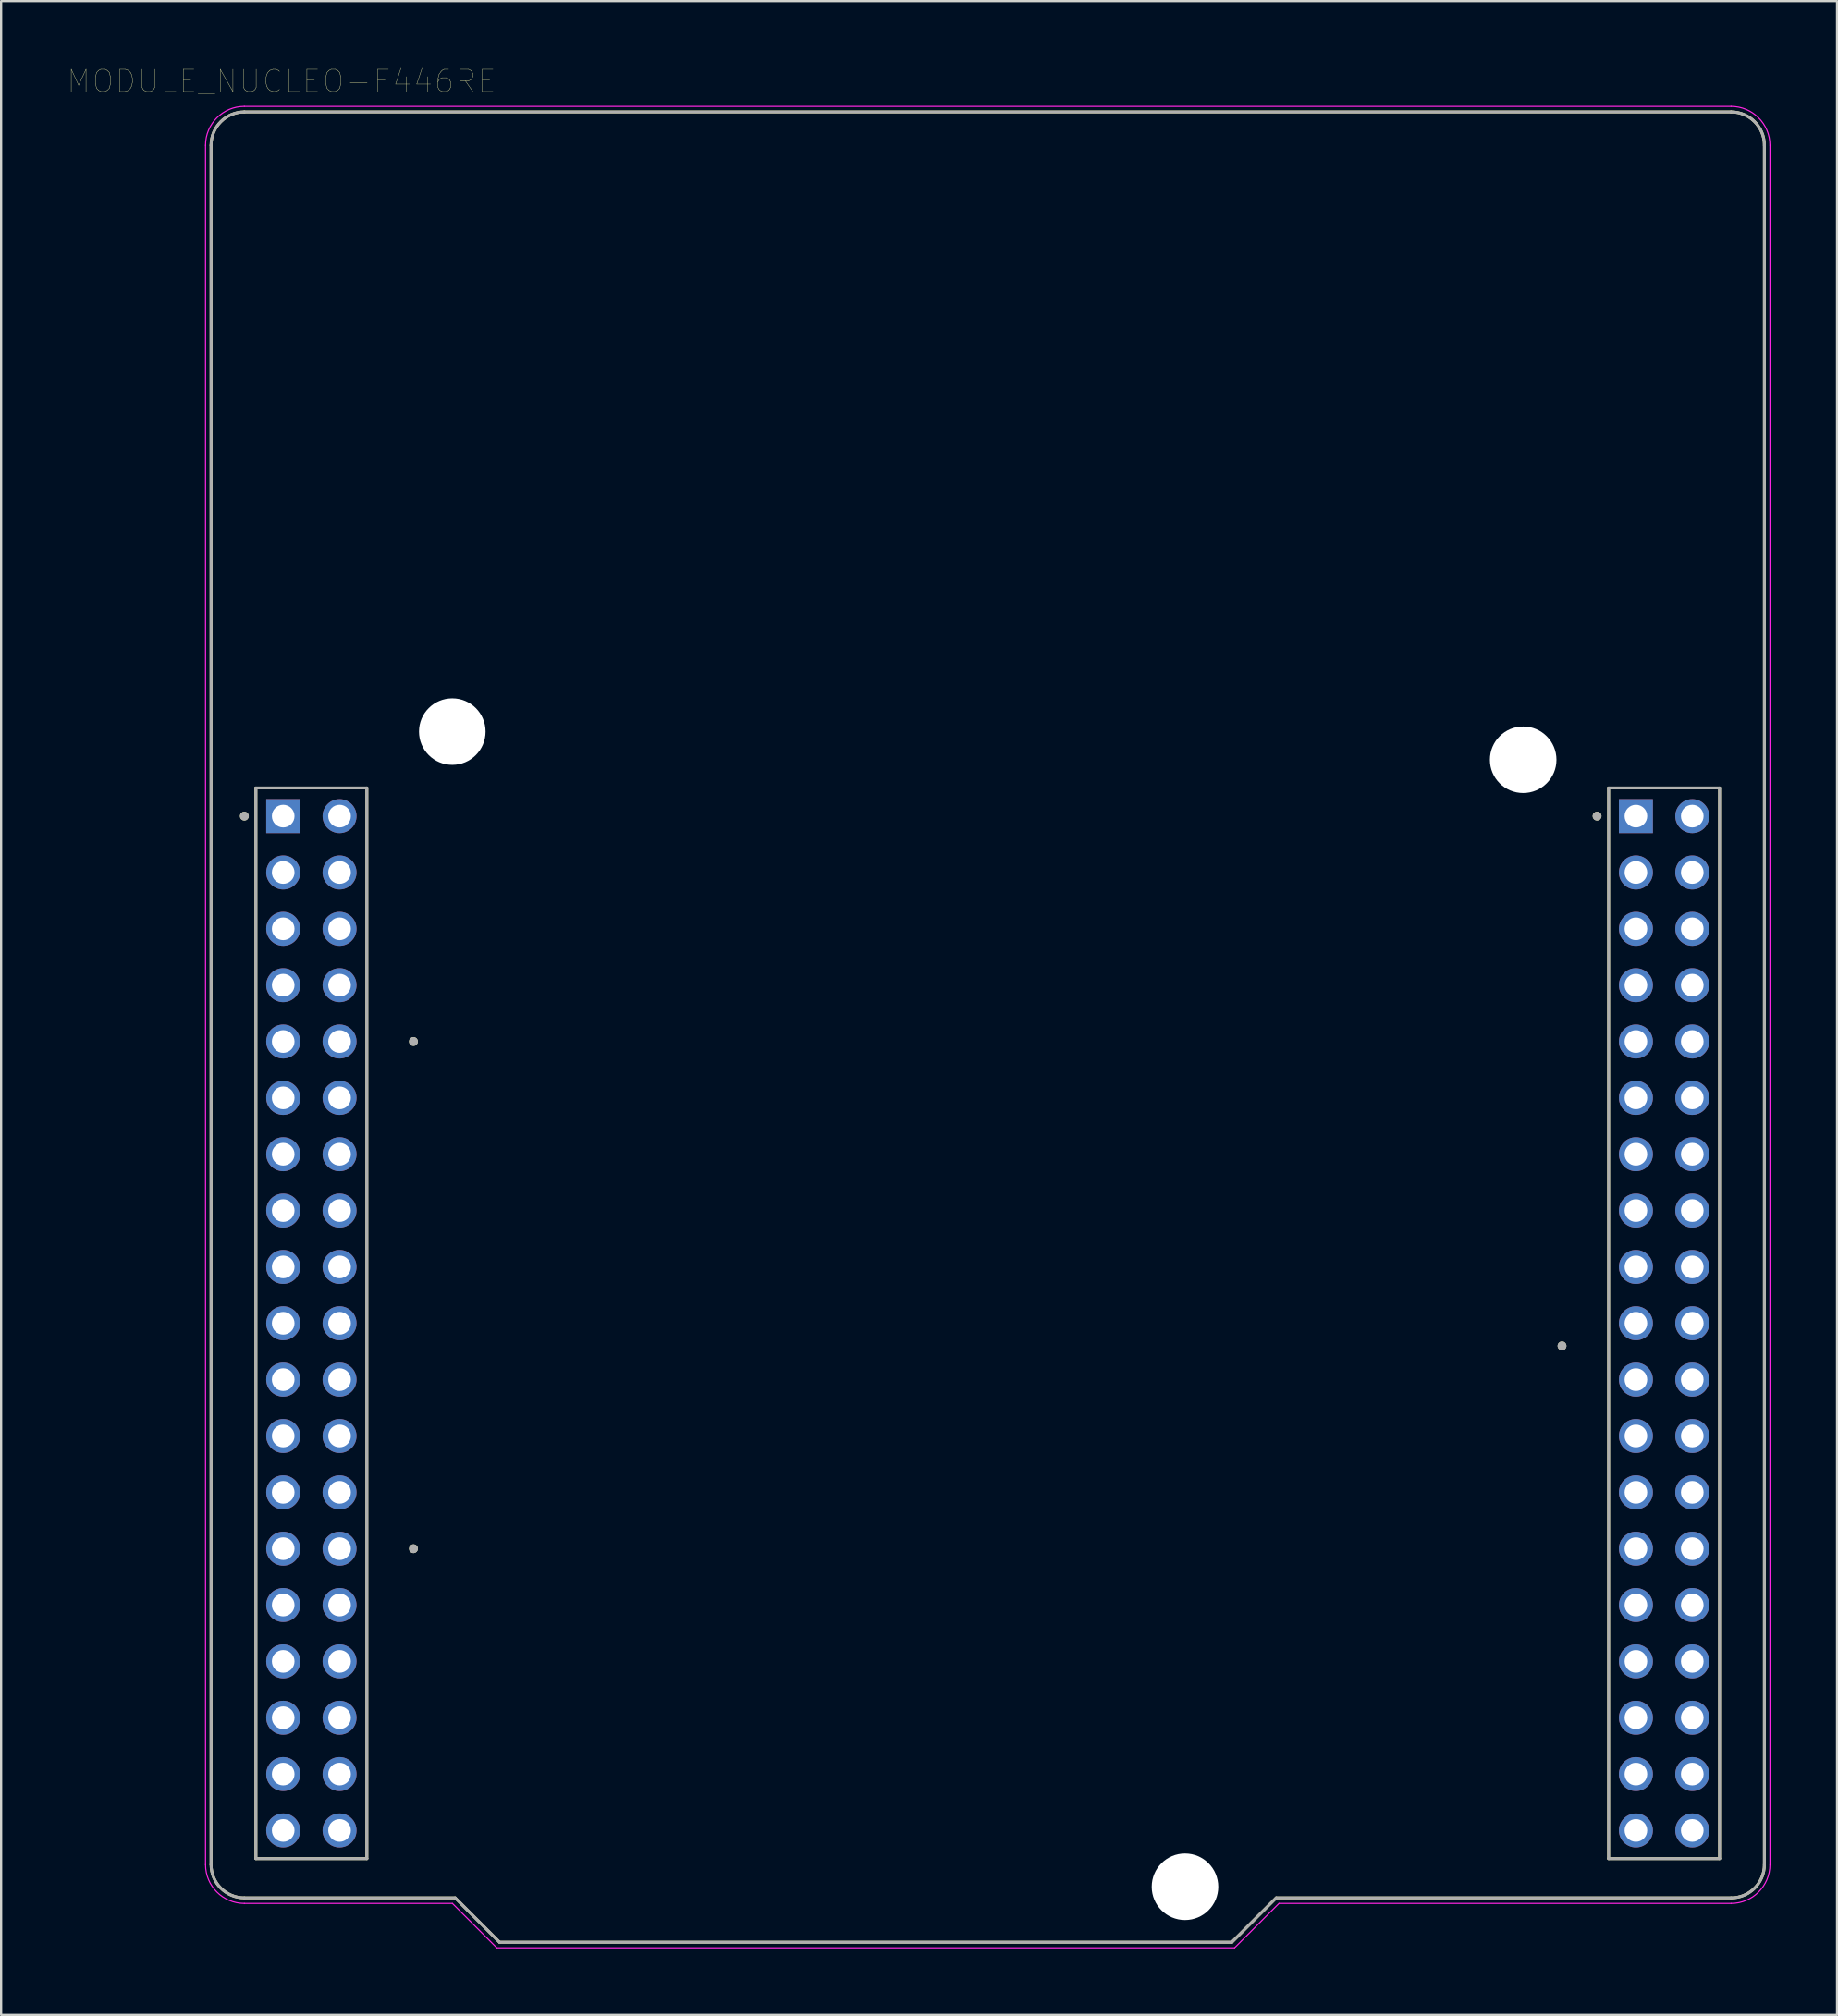
<source format=kicad_pcb>
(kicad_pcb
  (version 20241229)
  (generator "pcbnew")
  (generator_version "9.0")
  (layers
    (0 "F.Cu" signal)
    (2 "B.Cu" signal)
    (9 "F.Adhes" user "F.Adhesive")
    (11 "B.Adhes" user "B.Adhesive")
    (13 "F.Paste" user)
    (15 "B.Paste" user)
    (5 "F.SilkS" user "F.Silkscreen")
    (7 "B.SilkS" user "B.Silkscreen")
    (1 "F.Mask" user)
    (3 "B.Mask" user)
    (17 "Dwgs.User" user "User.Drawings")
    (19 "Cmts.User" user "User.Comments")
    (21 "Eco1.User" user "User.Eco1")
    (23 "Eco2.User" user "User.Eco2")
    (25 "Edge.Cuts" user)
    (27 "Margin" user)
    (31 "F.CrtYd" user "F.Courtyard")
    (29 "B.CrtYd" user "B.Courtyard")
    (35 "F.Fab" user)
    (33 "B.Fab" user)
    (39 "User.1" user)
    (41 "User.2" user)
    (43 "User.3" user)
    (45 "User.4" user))
  (footprint "MODULE_NUCLEO-F446RE"
    (layer "F.Cu")
    (at 41.462 43.246)
    (property "Reference" "MODULE_NUCLEO-F446RE" (at -31.825 -42.635 0) (layer "F.SilkS") (effects (font (size 1 1) (thickness 0.015))))
    (attr through_hole)
    (fp_line (start -35 37.75) (end -35 -39.75) (stroke (width 0.127) (type solid)) (layer "F.SilkS"))
    (fp_line (start -33.5 -41.25) (end 33.5 -41.25) (stroke (width 0.127) (type solid)) (layer "F.SilkS"))
    (fp_line (start -32.98 -10.78) (end -32.98 37.48) (stroke (width 0.127) (type solid)) (layer "F.SilkS"))
    (fp_line (start -32.98 37.48) (end -27.98 37.48) (stroke (width 0.127) (type solid)) (layer "F.SilkS"))
    (fp_line (start -27.98 -10.78) (end -32.98 -10.78) (stroke (width 0.127) (type solid)) (layer "F.SilkS"))
    (fp_line (start -27.98 37.48) (end -27.98 -10.78) (stroke (width 0.127) (type solid)) (layer "F.SilkS"))
    (fp_line (start -24 39.25) (end -33.5 39.25) (stroke (width 0.127) (type solid)) (layer "F.SilkS"))
    (fp_line (start -22 41.25) (end -24 39.25) (stroke (width 0.127) (type solid)) (layer "F.SilkS"))
    (fp_line (start 11 41.25) (end -22 41.25) (stroke (width 0.127) (type solid)) (layer "F.SilkS"))
    (fp_line (start 13 39.25) (end 11 41.25) (stroke (width 0.127) (type solid)) (layer "F.SilkS"))
    (fp_line (start 27.98 -10.78) (end 27.98 37.48) (stroke (width 0.127) (type solid)) (layer "F.SilkS"))
    (fp_line (start 27.98 37.48) (end 32.98 37.48) (stroke (width 0.127) (type solid)) (layer "F.SilkS"))
    (fp_line (start 32.98 -10.78) (end 27.98 -10.78) (stroke (width 0.127) (type solid)) (layer "F.SilkS"))
    (fp_line (start 32.98 37.48) (end 32.98 -10.78) (stroke (width 0.127) (type solid)) (layer "F.SilkS"))
    (fp_line (start 33.5 39.25) (end 13 39.25) (stroke (width 0.127) (type solid)) (layer "F.SilkS"))
    (fp_line (start 35 -39.75) (end 35 37.75) (stroke (width 0.127) (type solid)) (layer "F.SilkS"))
    (fp_arc (start -35 -39.75) (mid -34.56066 -40.81066) (end -33.5 -41.25) (stroke (width 0.127) (type solid)) (layer "F.SilkS"))
    (fp_arc (start -33.5 39.25) (mid -34.56066 38.81066) (end -35 37.75) (stroke (width 0.127) (type solid)) (layer "F.SilkS"))
    (fp_arc (start 33.5 -41.25) (mid 34.56066 -40.81066) (end 35 -39.75) (stroke (width 0.127) (type solid)) (layer "F.SilkS"))
    (fp_arc (start 35 37.75) (mid 34.56066 38.81066) (end 33.5 39.25) (stroke (width 0.127) (type solid)) (layer "F.SilkS"))
    (fp_circle (center -33.5 -9.51) (end -33.4 -9.51) (stroke (width 0.2) (type solid)) (fill no) (layer "F.SilkS"))
    (fp_circle (center -25.88 0.65) (end -25.78 0.65) (stroke (width 0.2) (type solid)) (fill no) (layer "F.SilkS"))
    (fp_circle (center -25.88 23.51) (end -25.78 23.51) (stroke (width 0.2) (type solid)) (fill no) (layer "F.SilkS"))
    (fp_circle (center 25.88 14.37) (end 25.98 14.37) (stroke (width 0.2) (type solid)) (fill no) (layer "F.SilkS"))
    (fp_circle (center 27.46 -9.51) (end 27.56 -9.51) (stroke (width 0.2) (type solid)) (fill no) (layer "F.SilkS"))
    (fp_line (start -35.25 37.75) (end -35.25 -39.75) (stroke (width 0.05) (type solid)) (layer "F.CrtYd"))
    (fp_line (start -33.5 -41.5) (end 33.5 -41.5) (stroke (width 0.05) (type solid)) (layer "F.CrtYd"))
    (fp_line (start -24.125 39.5) (end -33.5 39.5) (stroke (width 0.05) (type solid)) (layer "F.CrtYd"))
    (fp_line (start -22.125 41.5) (end -24.125 39.5) (stroke (width 0.05) (type solid)) (layer "F.CrtYd"))
    (fp_line (start 11.125 41.5) (end -22.125 41.5) (stroke (width 0.05) (type solid)) (layer "F.CrtYd"))
    (fp_line (start 13.125 39.5) (end 11.125 41.5) (stroke (width 0.05) (type solid)) (layer "F.CrtYd"))
    (fp_line (start 33.5 39.5) (end 13.125 39.5) (stroke (width 0.05) (type solid)) (layer "F.CrtYd"))
    (fp_line (start 35.25 -39.75) (end 35.25 37.75) (stroke (width 0.05) (type solid)) (layer "F.CrtYd"))
    (fp_arc (start -35.25 -39.75) (mid -34.737437 -40.987437) (end -33.5 -41.5) (stroke (width 0.05) (type solid)) (layer "F.CrtYd"))
    (fp_arc (start -33.5 39.5) (mid -34.737437 38.987437) (end -35.25 37.75) (stroke (width 0.05) (type solid)) (layer "F.CrtYd"))
    (fp_arc (start 33.5 -41.5) (mid 34.737437 -40.987437) (end 35.25 -39.75) (stroke (width 0.05) (type solid)) (layer "F.CrtYd"))
    (fp_arc (start 35.25 37.75) (mid 34.737437 38.987437) (end 33.5 39.5) (stroke (width 0.05) (type solid)) (layer "F.CrtYd"))
    (fp_line (start -35 37.75) (end -35 -39.75) (stroke (width 0.127) (type solid)) (layer "F.Fab"))
    (fp_line (start -33.5 -41.25) (end 33.5 -41.25) (stroke (width 0.127) (type solid)) (layer "F.Fab"))
    (fp_line (start -32.98 -10.78) (end -32.98 37.48) (stroke (width 0.127) (type solid)) (layer "F.Fab"))
    (fp_line (start -32.98 37.48) (end -27.98 37.48) (stroke (width 0.127) (type solid)) (layer "F.Fab"))
    (fp_line (start -27.98 -10.78) (end -32.98 -10.78) (stroke (width 0.127) (type solid)) (layer "F.Fab"))
    (fp_line (start -27.98 37.48) (end -27.98 -10.78) (stroke (width 0.127) (type solid)) (layer "F.Fab"))
    (fp_line (start -24 39.25) (end -33.5 39.25) (stroke (width 0.127) (type solid)) (layer "F.Fab"))
    (fp_line (start -22 41.25) (end -24 39.25) (stroke (width 0.127) (type solid)) (layer "F.Fab"))
    (fp_line (start 11 41.25) (end -22 41.25) (stroke (width 0.127) (type solid)) (layer "F.Fab"))
    (fp_line (start 13 39.25) (end 11 41.25) (stroke (width 0.127) (type solid)) (layer "F.Fab"))
    (fp_line (start 27.98 -10.78) (end 27.98 37.48) (stroke (width 0.127) (type solid)) (layer "F.Fab"))
    (fp_line (start 27.98 37.48) (end 32.98 37.48) (stroke (width 0.127) (type solid)) (layer "F.Fab"))
    (fp_line (start 32.98 -10.78) (end 27.98 -10.78) (stroke (width 0.127) (type solid)) (layer "F.Fab"))
    (fp_line (start 32.98 37.48) (end 32.98 -10.78) (stroke (width 0.127) (type solid)) (layer "F.Fab"))
    (fp_line (start 33.5 39.25) (end 13 39.25) (stroke (width 0.127) (type solid)) (layer "F.Fab"))
    (fp_line (start 35 -39.75) (end 35 37.75) (stroke (width 0.127) (type solid)) (layer "F.Fab"))
    (fp_arc (start -35 -39.75) (mid -34.56066 -40.81066) (end -33.5 -41.25) (stroke (width 0.127) (type solid)) (layer "F.Fab"))
    (fp_arc (start -33.5 39.25) (mid -34.56066 38.81066) (end -35 37.75) (stroke (width 0.127) (type solid)) (layer "F.Fab"))
    (fp_arc (start 33.5 -41.25) (mid 34.56066 -40.81066) (end 35 -39.75) (stroke (width 0.127) (type solid)) (layer "F.Fab"))
    (fp_arc (start 35 37.75) (mid 34.56066 38.81066) (end 33.5 39.25) (stroke (width 0.127) (type solid)) (layer "F.Fab"))
    (fp_circle (center -33.5 -9.51) (end -33.4 -9.51) (stroke (width 0.2) (type solid)) (fill no) (layer "F.Fab"))
    (fp_circle (center -25.88 0.65) (end -25.78 0.65) (stroke (width 0.2) (type solid)) (fill no) (layer "F.Fab"))
    (fp_circle (center -25.88 23.51) (end -25.78 23.51) (stroke (width 0.2) (type solid)) (fill no) (layer "F.Fab"))
    (fp_circle (center 25.88 14.37) (end 25.98 14.37) (stroke (width 0.2) (type solid)) (fill no) (layer "F.Fab"))
    (fp_circle (center 27.46 -9.51) (end 27.56 -9.51) (stroke (width 0.2) (type solid)) (fill no) (layer "F.Fab"))
    (pad "" np_thru_hole circle (at -24.13 -13.32) (size 3 3) (drill 3) (layers "*.Cu" "*.Mask"))
    (pad "" np_thru_hole circle (at 8.89 38.75) (size 3 3) (drill 3) (layers "*.Cu" "*.Mask"))
    (pad "" np_thru_hole circle (at 24.13 -12.05) (size 3 3) (drill 3) (layers "*.Cu" "*.Mask"))
    (pad "CN7_1" thru_hole rect (at -31.75 -9.51) (size 1.53 1.53) (drill 1.02) (layers "*.Cu" "*.Mask"))
    (pad "CN7_2" thru_hole circle (at -29.21 -9.51) (size 1.53 1.53) (drill 1.02) (layers "*.Cu" "*.Mask"))
    (pad "CN7_3" thru_hole circle (at -31.75 -6.97) (size 1.53 1.53) (drill 1.02) (layers "*.Cu" "*.Mask"))
    (pad "CN7_4" thru_hole circle (at -29.21 -6.97) (size 1.53 1.53) (drill 1.02) (layers "*.Cu" "*.Mask"))
    (pad "CN7_5" thru_hole circle (at -31.75 -4.43) (size 1.53 1.53) (drill 1.02) (layers "*.Cu" "*.Mask"))
    (pad "CN7_6" thru_hole circle (at -29.21 -4.43) (size 1.53 1.53) (drill 1.02) (layers "*.Cu" "*.Mask"))
    (pad "CN7_7" thru_hole circle (at -31.75 -1.89) (size 1.53 1.53) (drill 1.02) (layers "*.Cu" "*.Mask"))
    (pad "CN7_8" thru_hole circle (at -29.21 -1.89) (size 1.53 1.53) (drill 1.02) (layers "*.Cu" "*.Mask"))
    (pad "CN7_9" thru_hole circle (at -31.75 0.65) (size 1.53 1.53) (drill 1.02) (layers "*.Cu" "*.Mask"))
    (pad "CN7_10" thru_hole circle (at -29.21 0.65) (size 1.53 1.53) (drill 1.02) (layers "*.Cu" "*.Mask"))
    (pad "CN7_11" thru_hole circle (at -31.75 3.19) (size 1.53 1.53) (drill 1.02) (layers "*.Cu" "*.Mask"))
    (pad "CN7_12" thru_hole circle (at -29.21 3.19) (size 1.53 1.53) (drill 1.02) (layers "*.Cu" "*.Mask"))
    (pad "CN7_13" thru_hole circle (at -31.75 5.73) (size 1.53 1.53) (drill 1.02) (layers "*.Cu" "*.Mask"))
    (pad "CN7_14" thru_hole circle (at -29.21 5.73) (size 1.53 1.53) (drill 1.02) (layers "*.Cu" "*.Mask"))
    (pad "CN7_15" thru_hole circle (at -31.75 8.27) (size 1.53 1.53) (drill 1.02) (layers "*.Cu" "*.Mask"))
    (pad "CN7_16" thru_hole circle (at -29.21 8.27) (size 1.53 1.53) (drill 1.02) (layers "*.Cu" "*.Mask"))
    (pad "CN7_17" thru_hole circle (at -31.75 10.81) (size 1.53 1.53) (drill 1.02) (layers "*.Cu" "*.Mask"))
    (pad "CN7_18" thru_hole circle (at -29.21 10.81) (size 1.53 1.53) (drill 1.02) (layers "*.Cu" "*.Mask"))
    (pad "CN7_19" thru_hole circle (at -31.75 13.35) (size 1.53 1.53) (drill 1.02) (layers "*.Cu" "*.Mask"))
    (pad "CN7_20" thru_hole circle (at -29.21 13.35) (size 1.53 1.53) (drill 1.02) (layers "*.Cu" "*.Mask"))
    (pad "CN7_21" thru_hole circle (at -31.75 15.89) (size 1.53 1.53) (drill 1.02) (layers "*.Cu" "*.Mask"))
    (pad "CN7_22" thru_hole circle (at -29.21 15.89) (size 1.53 1.53) (drill 1.02) (layers "*.Cu" "*.Mask"))
    (pad "CN7_23" thru_hole circle (at -31.75 18.43) (size 1.53 1.53) (drill 1.02) (layers "*.Cu" "*.Mask"))
    (pad "CN7_24" thru_hole circle (at -29.21 18.43) (size 1.53 1.53) (drill 1.02) (layers "*.Cu" "*.Mask"))
    (pad "CN7_25" thru_hole circle (at -31.75 20.97) (size 1.53 1.53) (drill 1.02) (layers "*.Cu" "*.Mask"))
    (pad "CN7_26" thru_hole circle (at -29.21 20.97) (size 1.53 1.53) (drill 1.02) (layers "*.Cu" "*.Mask"))
    (pad "CN7_27" thru_hole circle (at -31.75 23.51) (size 1.53 1.53) (drill 1.02) (layers "*.Cu" "*.Mask"))
    (pad "CN7_28" thru_hole circle (at -29.21 23.51) (size 1.53 1.53) (drill 1.02) (layers "*.Cu" "*.Mask"))
    (pad "CN7_29" thru_hole circle (at -31.75 26.05) (size 1.53 1.53) (drill 1.02) (layers "*.Cu" "*.Mask"))
    (pad "CN7_30" thru_hole circle (at -29.21 26.05) (size 1.53 1.53) (drill 1.02) (layers "*.Cu" "*.Mask"))
    (pad "CN7_31" thru_hole circle (at -31.75 28.59) (size 1.53 1.53) (drill 1.02) (layers "*.Cu" "*.Mask"))
    (pad "CN7_32" thru_hole circle (at -29.21 28.59) (size 1.53 1.53) (drill 1.02) (layers "*.Cu" "*.Mask"))
    (pad "CN7_33" thru_hole circle (at -31.75 31.13) (size 1.53 1.53) (drill 1.02) (layers "*.Cu" "*.Mask"))
    (pad "CN7_34" thru_hole circle (at -29.21 31.13) (size 1.53 1.53) (drill 1.02) (layers "*.Cu" "*.Mask"))
    (pad "CN7_35" thru_hole circle (at -31.75 33.67) (size 1.53 1.53) (drill 1.02) (layers "*.Cu" "*.Mask"))
    (pad "CN7_36" thru_hole circle (at -29.21 33.67) (size 1.53 1.53) (drill 1.02) (layers "*.Cu" "*.Mask"))
    (pad "CN7_37" thru_hole circle (at -31.75 36.21) (size 1.53 1.53) (drill 1.02) (layers "*.Cu" "*.Mask"))
    (pad "CN7_38" thru_hole circle (at -29.21 36.21) (size 1.53 1.53) (drill 1.02) (layers "*.Cu" "*.Mask"))
    (pad "CN10_1" thru_hole rect (at 29.21 -9.51) (size 1.53 1.53) (drill 1.02) (layers "*.Cu" "*.Mask"))
    (pad "CN10_2" thru_hole circle (at 31.75 -9.51) (size 1.53 1.53) (drill 1.02) (layers "*.Cu" "*.Mask"))
    (pad "CN10_3" thru_hole circle (at 29.21 -6.97) (size 1.53 1.53) (drill 1.02) (layers "*.Cu" "*.Mask"))
    (pad "CN10_4" thru_hole circle (at 31.75 -6.97) (size 1.53 1.53) (drill 1.02) (layers "*.Cu" "*.Mask"))
    (pad "CN10_5" thru_hole circle (at 29.21 -4.43) (size 1.53 1.53) (drill 1.02) (layers "*.Cu" "*.Mask"))
    (pad "CN10_6" thru_hole circle (at 31.75 -4.43) (size 1.53 1.53) (drill 1.02) (layers "*.Cu" "*.Mask"))
    (pad "CN10_7" thru_hole circle (at 29.21 -1.89) (size 1.53 1.53) (drill 1.02) (layers "*.Cu" "*.Mask"))
    (pad "CN10_8" thru_hole circle (at 31.75 -1.89) (size 1.53 1.53) (drill 1.02) (layers "*.Cu" "*.Mask"))
    (pad "CN10_9" thru_hole circle (at 29.21 0.65) (size 1.53 1.53) (drill 1.02) (layers "*.Cu" "*.Mask"))
    (pad "CN10_10" thru_hole circle (at 31.75 0.65) (size 1.53 1.53) (drill 1.02) (layers "*.Cu" "*.Mask"))
    (pad "CN10_11" thru_hole circle (at 29.21 3.19) (size 1.53 1.53) (drill 1.02) (layers "*.Cu" "*.Mask"))
    (pad "CN10_12" thru_hole circle (at 31.75 3.19) (size 1.53 1.53) (drill 1.02) (layers "*.Cu" "*.Mask"))
    (pad "CN10_13" thru_hole circle (at 29.21 5.73) (size 1.53 1.53) (drill 1.02) (layers "*.Cu" "*.Mask"))
    (pad "CN10_14" thru_hole circle (at 31.75 5.73) (size 1.53 1.53) (drill 1.02) (layers "*.Cu" "*.Mask"))
    (pad "CN10_15" thru_hole circle (at 29.21 8.27) (size 1.53 1.53) (drill 1.02) (layers "*.Cu" "*.Mask"))
    (pad "CN10_16" thru_hole circle (at 31.75 8.27) (size 1.53 1.53) (drill 1.02) (layers "*.Cu" "*.Mask"))
    (pad "CN10_17" thru_hole circle (at 29.21 10.81) (size 1.53 1.53) (drill 1.02) (layers "*.Cu" "*.Mask"))
    (pad "CN10_18" thru_hole circle (at 31.75 10.81) (size 1.53 1.53) (drill 1.02) (layers "*.Cu" "*.Mask"))
    (pad "CN10_19" thru_hole circle (at 29.21 13.35) (size 1.53 1.53) (drill 1.02) (layers "*.Cu" "*.Mask"))
    (pad "CN10_20" thru_hole circle (at 31.75 13.35) (size 1.53 1.53) (drill 1.02) (layers "*.Cu" "*.Mask"))
    (pad "CN10_21" thru_hole circle (at 29.21 15.89) (size 1.53 1.53) (drill 1.02) (layers "*.Cu" "*.Mask"))
    (pad "CN10_22" thru_hole circle (at 31.75 15.89) (size 1.53 1.53) (drill 1.02) (layers "*.Cu" "*.Mask"))
    (pad "CN10_23" thru_hole circle (at 29.21 18.43) (size 1.53 1.53) (drill 1.02) (layers "*.Cu" "*.Mask"))
    (pad "CN10_24" thru_hole circle (at 31.75 18.43) (size 1.53 1.53) (drill 1.02) (layers "*.Cu" "*.Mask"))
    (pad "CN10_25" thru_hole circle (at 29.21 20.97) (size 1.53 1.53) (drill 1.02) (layers "*.Cu" "*.Mask"))
    (pad "CN10_26" thru_hole circle (at 31.75 20.97) (size 1.53 1.53) (drill 1.02) (layers "*.Cu" "*.Mask"))
    (pad "CN10_27" thru_hole circle (at 29.21 23.51) (size 1.53 1.53) (drill 1.02) (layers "*.Cu" "*.Mask"))
    (pad "CN10_28" thru_hole circle (at 31.75 23.51) (size 1.53 1.53) (drill 1.02) (layers "*.Cu" "*.Mask"))
    (pad "CN10_29" thru_hole circle (at 29.21 26.05) (size 1.53 1.53) (drill 1.02) (layers "*.Cu" "*.Mask"))
    (pad "CN10_30" thru_hole circle (at 31.75 26.05) (size 1.53 1.53) (drill 1.02) (layers "*.Cu" "*.Mask"))
    (pad "CN10_31" thru_hole circle (at 29.21 28.59) (size 1.53 1.53) (drill 1.02) (layers "*.Cu" "*.Mask"))
    (pad "CN10_32" thru_hole circle (at 31.75 28.59) (size 1.53 1.53) (drill 1.02) (layers "*.Cu" "*.Mask"))
    (pad "CN10_33" thru_hole circle (at 29.21 31.13) (size 1.53 1.53) (drill 1.02) (layers "*.Cu" "*.Mask"))
    (pad "CN10_34" thru_hole circle (at 31.75 31.13) (size 1.53 1.53) (drill 1.02) (layers "*.Cu" "*.Mask"))
    (pad "CN10_35" thru_hole circle (at 29.21 33.67) (size 1.53 1.53) (drill 1.02) (layers "*.Cu" "*.Mask"))
    (pad "CN10_36" thru_hole circle (at 31.75 33.67) (size 1.53 1.53) (drill 1.02) (layers "*.Cu" "*.Mask"))
    (pad "CN10_37" thru_hole circle (at 29.21 36.21) (size 1.53 1.53) (drill 1.02) (layers "*.Cu" "*.Mask"))
    (pad "CN10_38" thru_hole circle (at 31.75 36.21) (size 1.53 1.53) (drill 1.02) (layers "*.Cu" "*.Mask")))
  (gr_rect
    (start -3 -3)
    (end 79.737 87.771)
    (stroke (width 0.1) (type default))
    (fill no)
    (layer "Edge.Cuts")))
</source>
